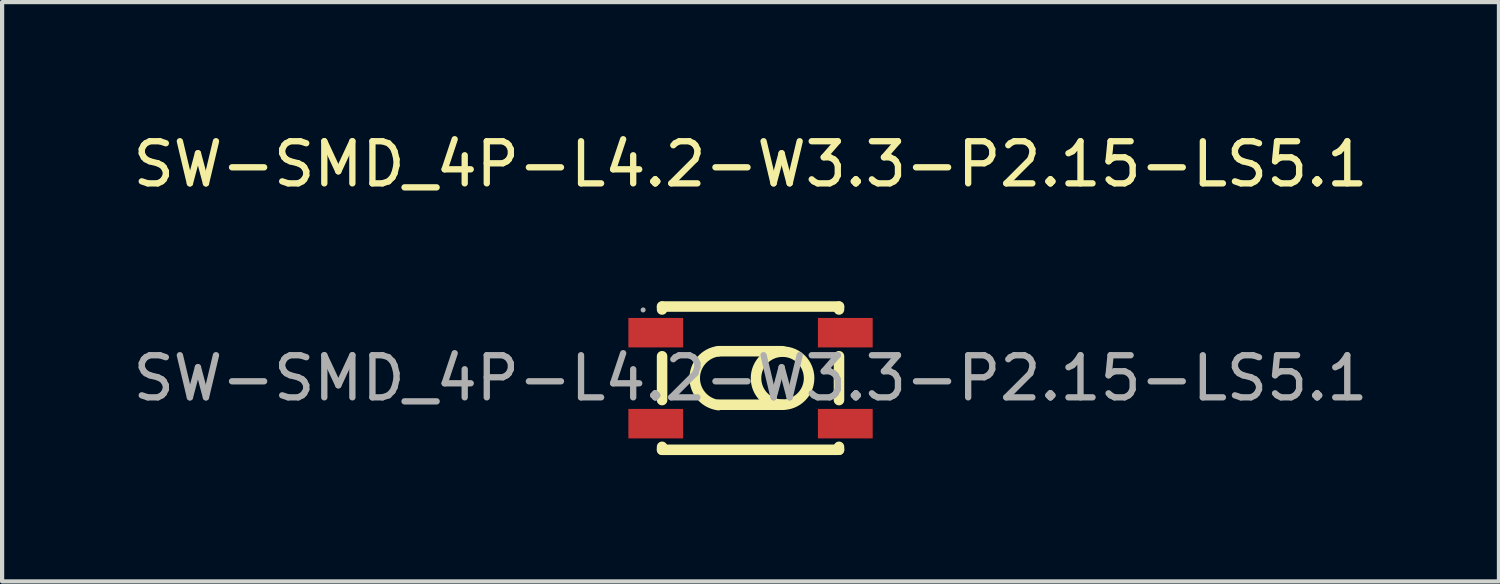
<source format=kicad_pcb>
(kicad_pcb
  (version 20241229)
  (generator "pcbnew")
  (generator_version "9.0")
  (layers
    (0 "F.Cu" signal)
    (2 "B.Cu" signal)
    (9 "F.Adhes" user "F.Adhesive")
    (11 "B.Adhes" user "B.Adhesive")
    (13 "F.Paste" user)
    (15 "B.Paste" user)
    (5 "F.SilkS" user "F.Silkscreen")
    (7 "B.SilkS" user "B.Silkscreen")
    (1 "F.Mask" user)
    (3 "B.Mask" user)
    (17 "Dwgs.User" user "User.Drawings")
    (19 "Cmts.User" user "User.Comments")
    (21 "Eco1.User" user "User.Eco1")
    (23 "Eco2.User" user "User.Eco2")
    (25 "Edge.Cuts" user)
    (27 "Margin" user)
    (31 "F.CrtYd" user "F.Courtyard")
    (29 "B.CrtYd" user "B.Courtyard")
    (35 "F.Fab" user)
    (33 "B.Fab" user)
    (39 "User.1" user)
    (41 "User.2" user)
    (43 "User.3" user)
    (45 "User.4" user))
  (footprint "SW-SMD_4P-L4.2-W3.3-P2.15-LS5.1"
    (layer "F.Cu")
    (at 14.768 5.928)
    (property "Reference" "SW-SMD_4P-L4.2-W3.3-P2.15-LS5.1" (at 0 -5.08 0) (layer "F.SilkS") (effects (font (size 1 1) (thickness 0.15))))
    (attr smd)
    (fp_line (start -2.1 -1.7) (end -2.1 -1.63) (stroke (width 0.25) (type solid)) (layer "F.SilkS"))
    (fp_line (start -2.1 -1.7) (end 2.1 -1.7) (stroke (width 0.25) (type solid)) (layer "F.SilkS"))
    (fp_line (start -2.1 -0.52) (end -2.1 0.52) (stroke (width 0.25) (type solid)) (layer "F.SilkS"))
    (fp_line (start -2.1 1.63) (end -2.1 1.7) (stroke (width 0.25) (type solid)) (layer "F.SilkS"))
    (fp_line (start -2.1 1.7) (end 2.1 1.7) (stroke (width 0.25) (type solid)) (layer "F.SilkS"))
    (fp_line (start -0.76 -0.64) (end 0.76 -0.64) (stroke (width 0.25) (type solid)) (layer "F.SilkS"))
    (fp_line (start -0.76 0.63) (end 0.76 0.63) (stroke (width 0.25) (type solid)) (layer "F.SilkS"))
    (fp_line (start 2.1 -1.7) (end 2.1 -1.63) (stroke (width 0.25) (type solid)) (layer "F.SilkS"))
    (fp_line (start 2.1 -0.52) (end 2.1 0.52) (stroke (width 0.25) (type solid)) (layer "F.SilkS"))
    (fp_line (start 2.1 1.63) (end 2.1 1.7) (stroke (width 0.25) (type solid)) (layer "F.SilkS"))
    (fp_arc (start -0.760893 0.639888) (mid -1.324981 -0.00045) (end -0.76 -0.64) (stroke (width 0.25) (type solid)) (layer "F.SilkS"))
    (fp_arc (start 0.749005 0.629904) (mid 0.765498 -0.629976) (end 0.76 0.63) (stroke (width 0.25) (type solid)) (layer "F.SilkS"))
    (fp_circle (center -2.55 -1.62) (end -2.52 -1.62) (stroke (width 0.06) (type solid)) (fill no) (layer "F.Fab"))
    (fp_text user "${REFERENCE}" (at 0 0 0) (layer "F.Fab") (effects (font (size 1 1) (thickness 0.15))))
    (pad "1" smd rect (at -2.25 -1.08 90) (size 0.7 1.3) (layers "F.Cu" "F.Mask" "F.Paste"))
    (pad "2" smd rect (at 2.25 -1.08 90) (size 0.7 1.3) (layers "F.Cu" "F.Mask" "F.Paste"))
    (pad "3" smd rect (at -2.25 1.08 90) (size 0.7 1.3) (layers "F.Cu" "F.Mask" "F.Paste"))
    (pad "4" smd rect (at 2.25 1.08 90) (size 0.7 1.3) (layers "F.Cu" "F.Mask" "F.Paste")))
  (gr_rect
    (start -3 -3)
    (end 32.536 10.753)
    (stroke (width 0.1) (type default))
    (fill no)
    (layer "Edge.Cuts")))
</source>
